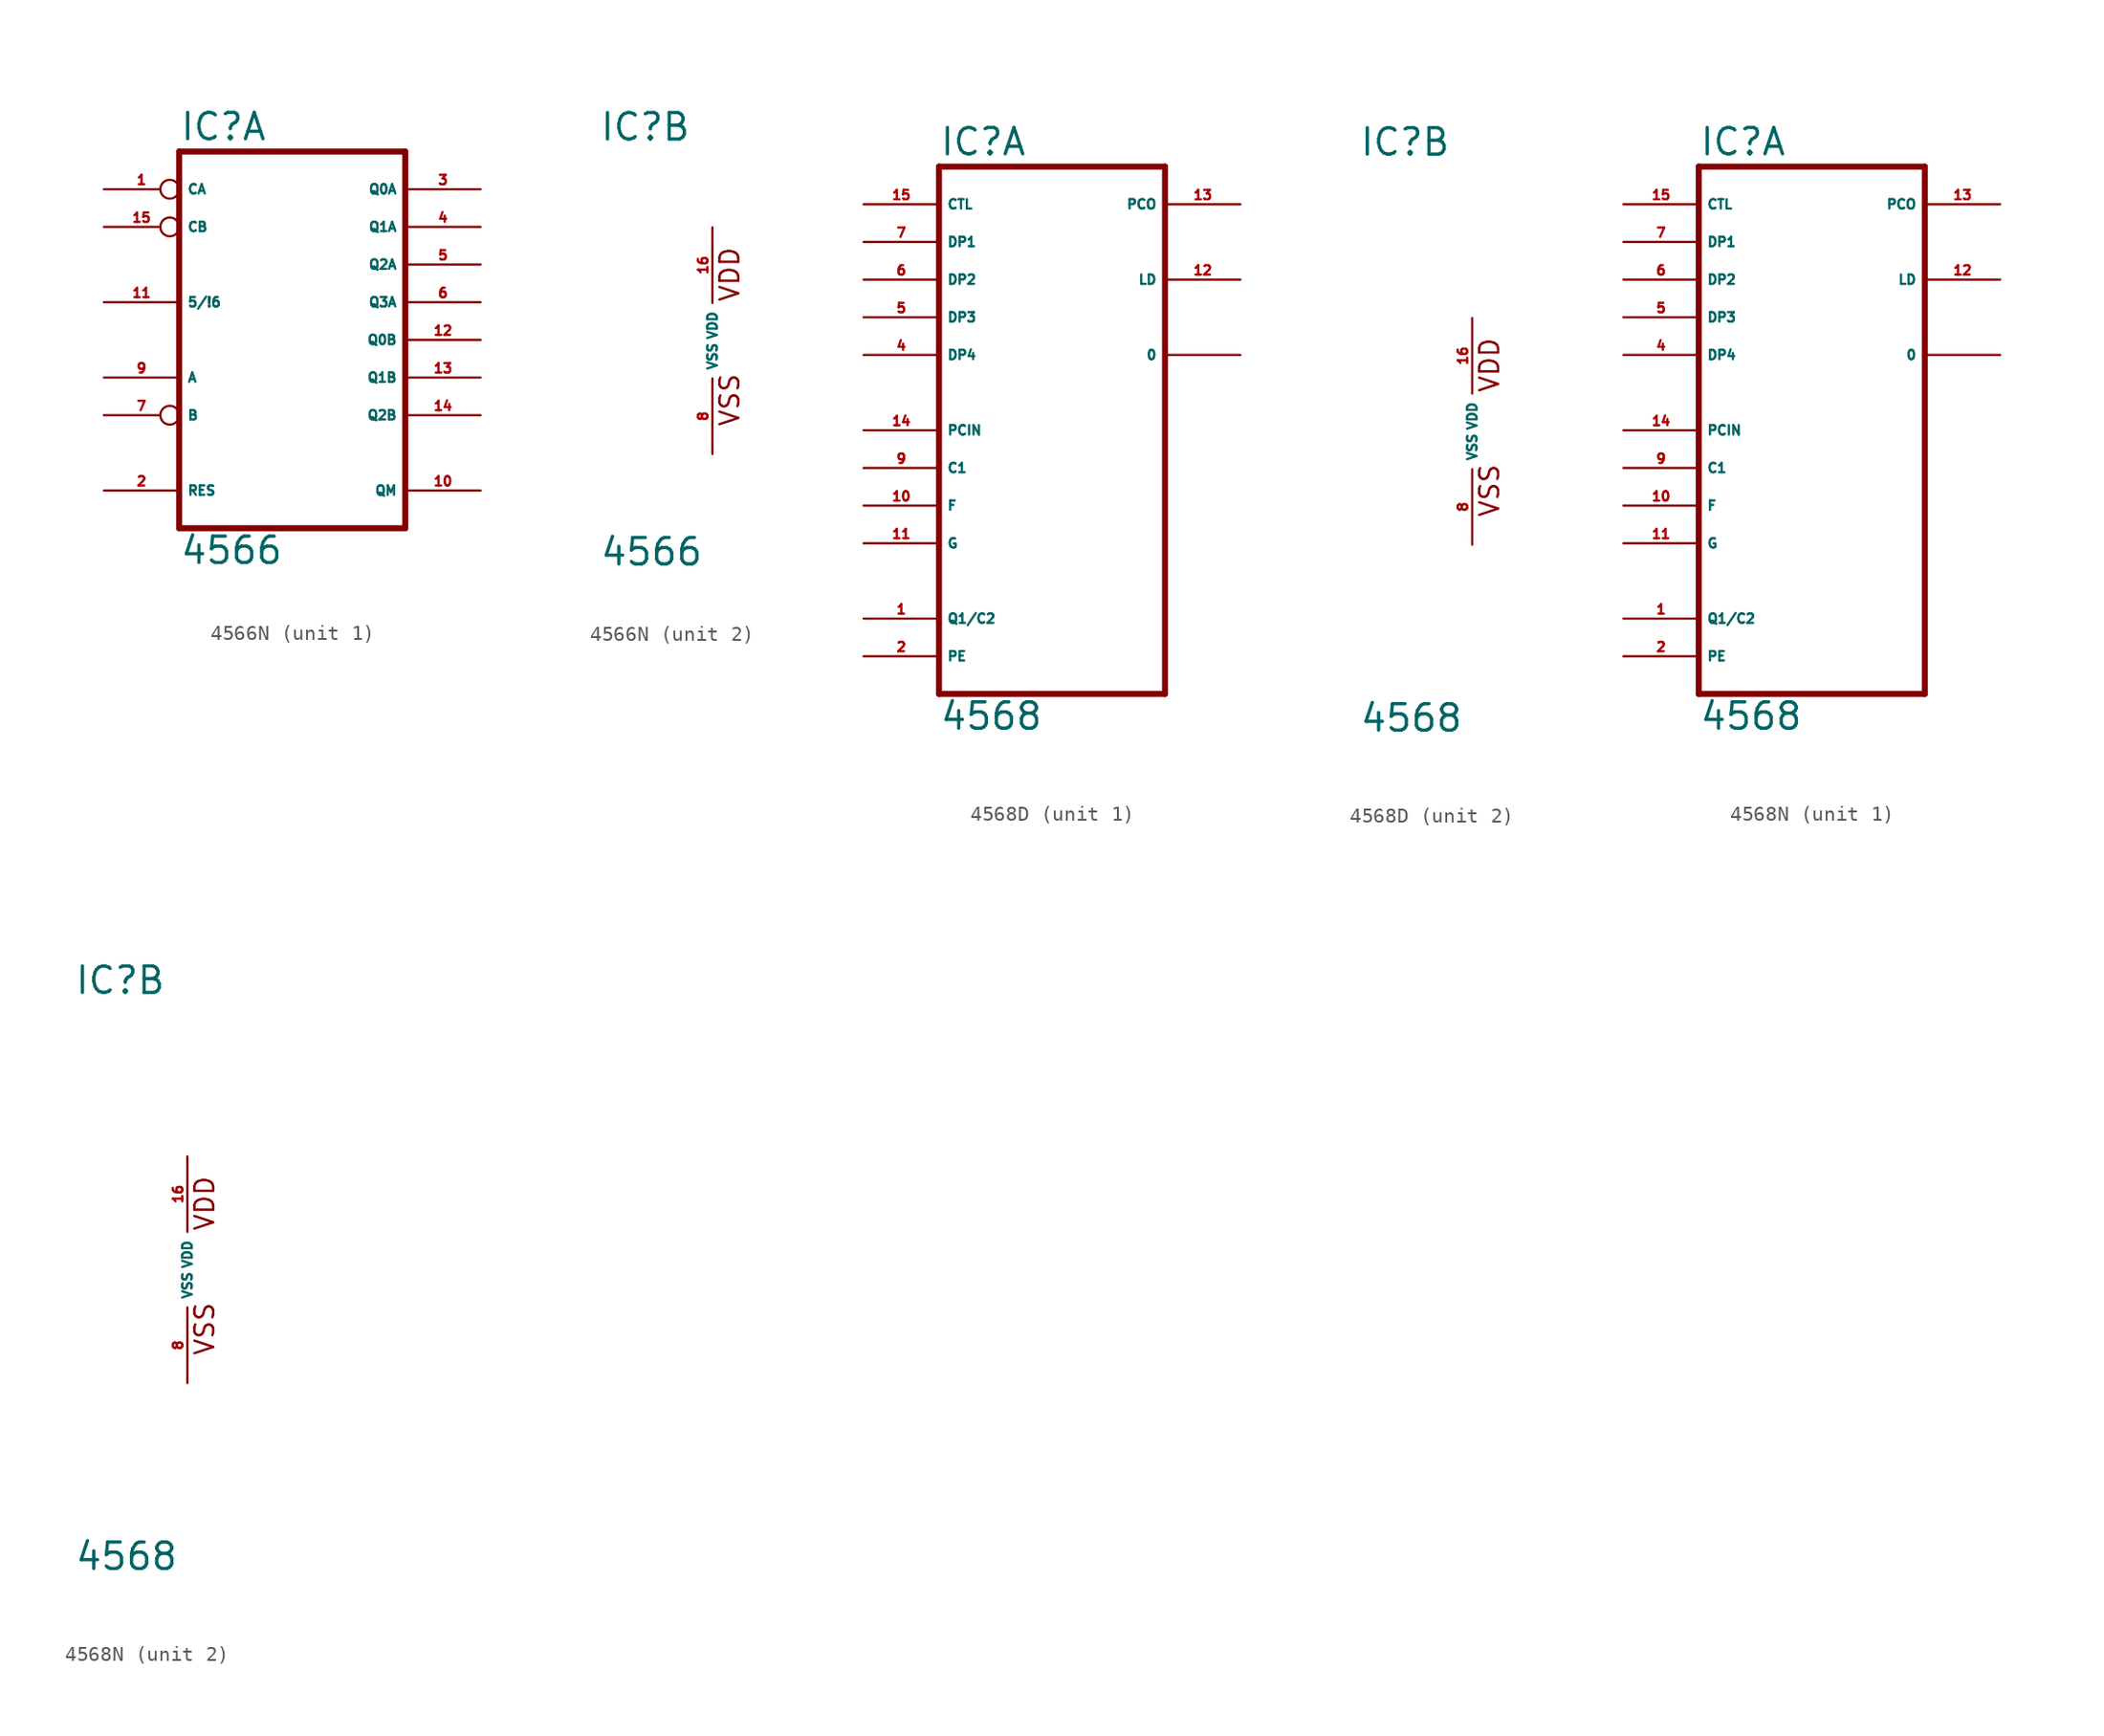
<source format=kicad_sym>
(kicad_symbol_lib
  (version 20220914)
  (generator Eagle2Kicad)
  (symbol "4566N"
    (property "Reference" "IC"
      (at -7.62 13.335 0)
      (effects (font (size 1.778 1.778) (thickness 0.22)) (justify left bottom)))
    (property "Value" "4566"
      (at -7.62 -15.24 0)
      (effects (font (size 1.778 1.778) (thickness 0.22)) (justify left bottom)))
    (symbol "4566N_1_0"
      (polyline (pts (xy -7.62 -12.7) (xy 7.62 -12.7)) (stroke (width 0.406) (type default)) (fill (type none)))
      (polyline (pts (xy 7.62 -12.7) (xy 7.62 12.7)) (stroke (width 0.406) (type default)) (fill (type none)))
      (polyline (pts (xy 7.62 12.7) (xy -7.62 12.7)) (stroke (width 0.406) (type default)) (fill (type none)))
      (polyline (pts (xy -7.62 12.7) (xy -7.62 -12.7)) (stroke (width 0.406) (type default)) (fill (type none)))
      (pin input inverted (at -12.7 10.16 0) (length 5.08) (name "CA" (effects (font (size 0.635 0.635) (thickness 0.08)) (justify left bottom))) (number "1" (effects (font (size 0.635 0.635) (thickness 0.08)) (justify left bottom))))
      (pin input line (at -12.7 -10.16 0) (length 5.08) (name "RES" (effects (font (size 0.635 0.635) (thickness 0.08)) (justify left bottom))) (number "2" (effects (font (size 0.635 0.635) (thickness 0.08)) (justify left bottom))))
      (pin output line (at 12.7 10.16 180) (length 5.08) (name "Q0A" (effects (font (size 0.635 0.635) (thickness 0.08)) (justify left bottom))) (number "3" (effects (font (size 0.635 0.635) (thickness 0.08)) (justify left bottom))))
      (pin output line (at 12.7 7.62 180) (length 5.08) (name "Q1A" (effects (font (size 0.635 0.635) (thickness 0.08)) (justify left bottom))) (number "4" (effects (font (size 0.635 0.635) (thickness 0.08)) (justify left bottom))))
      (pin output line (at 12.7 5.08 180) (length 5.08) (name "Q2A" (effects (font (size 0.635 0.635) (thickness 0.08)) (justify left bottom))) (number "5" (effects (font (size 0.635 0.635) (thickness 0.08)) (justify left bottom))))
      (pin output line (at 12.7 2.54 180) (length 5.08) (name "Q3A" (effects (font (size 0.635 0.635) (thickness 0.08)) (justify left bottom))) (number "6" (effects (font (size 0.635 0.635) (thickness 0.08)) (justify left bottom))))
      (pin input inverted (at -12.7 -5.08 0) (length 5.08) (name "B" (effects (font (size 0.635 0.635) (thickness 0.08)) (justify left bottom))) (number "7" (effects (font (size 0.635 0.635) (thickness 0.08)) (justify left bottom))))
      (pin input line (at -12.7 -2.54 0) (length 5.08) (name "A" (effects (font (size 0.635 0.635) (thickness 0.08)) (justify left bottom))) (number "9" (effects (font (size 0.635 0.635) (thickness 0.08)) (justify left bottom))))
      (pin output line (at 12.7 -10.16 180) (length 5.08) (name "QM" (effects (font (size 0.635 0.635) (thickness 0.08)) (justify left bottom))) (number "10" (effects (font (size 0.635 0.635) (thickness 0.08)) (justify left bottom))))
      (pin input line (at -12.7 2.54 0) (length 5.08) (name "5/!6" (effects (font (size 0.635 0.635) (thickness 0.08)) (justify left bottom))) (number "11" (effects (font (size 0.635 0.635) (thickness 0.08)) (justify left bottom))))
      (pin output line (at 12.7 0 180) (length 5.08) (name "Q0B" (effects (font (size 0.635 0.635) (thickness 0.08)) (justify left bottom))) (number "12" (effects (font (size 0.635 0.635) (thickness 0.08)) (justify left bottom))))
      (pin output line (at 12.7 -2.54 180) (length 5.08) (name "Q1B" (effects (font (size 0.635 0.635) (thickness 0.08)) (justify left bottom))) (number "13" (effects (font (size 0.635 0.635) (thickness 0.08)) (justify left bottom))))
      (pin output line (at 12.7 -5.08 180) (length 5.08) (name "Q2B" (effects (font (size 0.635 0.635) (thickness 0.08)) (justify left bottom))) (number "14" (effects (font (size 0.635 0.635) (thickness 0.08)) (justify left bottom))))
      (pin input inverted (at -12.7 7.62 0) (length 5.08) (name "CB" (effects (font (size 0.635 0.635) (thickness 0.08)) (justify left bottom))) (number "15" (effects (font (size 0.635 0.635) (thickness 0.08)) (justify left bottom)))))
    (symbol "4566N_2_0"
      (text "VDD" (at 1.905 2.54 900) (effects (font (size 1.27 1.27) (thickness 0.16)) (justify left bottom)))
      (text "VSS" (at 1.905 -5.842 900) (effects (font (size 1.27 1.27) (thickness 0.16)) (justify left bottom)))
      (pin unspecified line (at 0 -7.62 90) (length 5.08) (name "VSS" (effects (font (size 0.635 0.635) (thickness 0.08)) (justify left bottom))) (number "8" (effects (font (size 0.635 0.635) (thickness 0.08)) (justify left bottom))))
      (pin unspecified line (at 0 7.62 270) (length 5.08) (name "VDD" (effects (font (size 0.635 0.635) (thickness 0.08)) (justify left bottom))) (number "16" (effects (font (size 0.635 0.635) (thickness 0.08)) (justify left bottom))))))
  (symbol "4568D"
    (property "Reference" "IC"
      (at -7.62 18.415 0)
      (effects (font (size 1.778 1.778) (thickness 0.22)) (justify left bottom)))
    (property "Value" "4568"
      (at -7.62 -20.32 0)
      (effects (font (size 1.778 1.778) (thickness 0.22)) (justify left bottom)))
    (symbol "4568D_1_0"
      (polyline (pts (xy -7.62 -17.78) (xy 7.62 -17.78)) (stroke (width 0.406) (type default)) (fill (type none)))
      (polyline (pts (xy 7.62 -17.78) (xy 7.62 17.78)) (stroke (width 0.406) (type default)) (fill (type none)))
      (polyline (pts (xy 7.62 17.78) (xy -7.62 17.78)) (stroke (width 0.406) (type default)) (fill (type none)))
      (polyline (pts (xy -7.62 17.78) (xy -7.62 -17.78)) (stroke (width 0.406) (type default)) (fill (type none)))
      (pin bidirectional line (at -12.7 -12.7 0) (length 5.08) (name "Q1/C2" (effects (font (size 0.635 0.635) (thickness 0.08)) (justify left bottom))) (number "1" (effects (font (size 0.635 0.635) (thickness 0.08)) (justify left bottom))))
      (pin input line (at -12.7 -15.24 0) (length 5.08) (name "PE" (effects (font (size 0.635 0.635) (thickness 0.08)) (justify left bottom))) (number "2" (effects (font (size 0.635 0.635) (thickness 0.08)) (justify left bottom))))
      (pin output line (at 12.7 5.08 180) (length 5.08) (name "0" (effects (font (size 0.635 0.635) (thickness 0.08)) (justify left bottom))) (number "" (effects (font (size 0.635 0.635) (thickness 0.08)) (justify left bottom))))
      (pin input line (at -12.7 5.08 0) (length 5.08) (name "DP4" (effects (font (size 0.635 0.635) (thickness 0.08)) (justify left bottom))) (number "4" (effects (font (size 0.635 0.635) (thickness 0.08)) (justify left bottom))))
      (pin input line (at -12.7 7.62 0) (length 5.08) (name "DP3" (effects (font (size 0.635 0.635) (thickness 0.08)) (justify left bottom))) (number "5" (effects (font (size 0.635 0.635) (thickness 0.08)) (justify left bottom))))
      (pin input line (at -12.7 10.16 0) (length 5.08) (name "DP2" (effects (font (size 0.635 0.635) (thickness 0.08)) (justify left bottom))) (number "6" (effects (font (size 0.635 0.635) (thickness 0.08)) (justify left bottom))))
      (pin input line (at -12.7 12.7 0) (length 5.08) (name "DP1" (effects (font (size 0.635 0.635) (thickness 0.08)) (justify left bottom))) (number "7" (effects (font (size 0.635 0.635) (thickness 0.08)) (justify left bottom))))
      (pin input line (at -12.7 -2.54 0) (length 5.08) (name "C1" (effects (font (size 0.635 0.635) (thickness 0.08)) (justify left bottom))) (number "9" (effects (font (size 0.635 0.635) (thickness 0.08)) (justify left bottom))))
      (pin input line (at -12.7 -5.08 0) (length 5.08) (name "F" (effects (font (size 0.635 0.635) (thickness 0.08)) (justify left bottom))) (number "10" (effects (font (size 0.635 0.635) (thickness 0.08)) (justify left bottom))))
      (pin input line (at -12.7 -7.62 0) (length 5.08) (name "G" (effects (font (size 0.635 0.635) (thickness 0.08)) (justify left bottom))) (number "11" (effects (font (size 0.635 0.635) (thickness 0.08)) (justify left bottom))))
      (pin output line (at 12.7 10.16 180) (length 5.08) (name "LD" (effects (font (size 0.635 0.635) (thickness 0.08)) (justify left bottom))) (number "12" (effects (font (size 0.635 0.635) (thickness 0.08)) (justify left bottom))))
      (pin output line (at 12.7 15.24 180) (length 5.08) (name "PCO" (effects (font (size 0.635 0.635) (thickness 0.08)) (justify left bottom))) (number "13" (effects (font (size 0.635 0.635) (thickness 0.08)) (justify left bottom))))
      (pin input line (at -12.7 0 0) (length 5.08) (name "PCIN" (effects (font (size 0.635 0.635) (thickness 0.08)) (justify left bottom))) (number "14" (effects (font (size 0.635 0.635) (thickness 0.08)) (justify left bottom))))
      (pin input line (at -12.7 15.24 0) (length 5.08) (name "CTL" (effects (font (size 0.635 0.635) (thickness 0.08)) (justify left bottom))) (number "15" (effects (font (size 0.635 0.635) (thickness 0.08)) (justify left bottom)))))
    (symbol "4568D_2_0"
      (text "VDD" (at 1.905 2.54 900) (effects (font (size 1.27 1.27) (thickness 0.16)) (justify left bottom)))
      (text "VSS" (at 1.905 -5.842 900) (effects (font (size 1.27 1.27) (thickness 0.16)) (justify left bottom)))
      (pin unspecified line (at 0 -7.62 90) (length 5.08) (name "VSS" (effects (font (size 0.635 0.635) (thickness 0.08)) (justify left bottom))) (number "8" (effects (font (size 0.635 0.635) (thickness 0.08)) (justify left bottom))))
      (pin unspecified line (at 0 7.62 270) (length 5.08) (name "VDD" (effects (font (size 0.635 0.635) (thickness 0.08)) (justify left bottom))) (number "16" (effects (font (size 0.635 0.635) (thickness 0.08)) (justify left bottom))))))
  (symbol "4568N"
    (property "Reference" "IC"
      (at -7.62 18.415 0)
      (effects (font (size 1.778 1.778) (thickness 0.22)) (justify left bottom)))
    (property "Value" "4568"
      (at -7.62 -20.32 0)
      (effects (font (size 1.778 1.778) (thickness 0.22)) (justify left bottom)))
    (symbol "4568N_1_0"
      (polyline (pts (xy -7.62 -17.78) (xy 7.62 -17.78)) (stroke (width 0.406) (type default)) (fill (type none)))
      (polyline (pts (xy 7.62 -17.78) (xy 7.62 17.78)) (stroke (width 0.406) (type default)) (fill (type none)))
      (polyline (pts (xy 7.62 17.78) (xy -7.62 17.78)) (stroke (width 0.406) (type default)) (fill (type none)))
      (polyline (pts (xy -7.62 17.78) (xy -7.62 -17.78)) (stroke (width 0.406) (type default)) (fill (type none)))
      (pin bidirectional line (at -12.7 -12.7 0) (length 5.08) (name "Q1/C2" (effects (font (size 0.635 0.635) (thickness 0.08)) (justify left bottom))) (number "1" (effects (font (size 0.635 0.635) (thickness 0.08)) (justify left bottom))))
      (pin input line (at -12.7 -15.24 0) (length 5.08) (name "PE" (effects (font (size 0.635 0.635) (thickness 0.08)) (justify left bottom))) (number "2" (effects (font (size 0.635 0.635) (thickness 0.08)) (justify left bottom))))
      (pin output line (at 12.7 5.08 180) (length 5.08) (name "0" (effects (font (size 0.635 0.635) (thickness 0.08)) (justify left bottom))) (number "" (effects (font (size 0.635 0.635) (thickness 0.08)) (justify left bottom))))
      (pin input line (at -12.7 5.08 0) (length 5.08) (name "DP4" (effects (font (size 0.635 0.635) (thickness 0.08)) (justify left bottom))) (number "4" (effects (font (size 0.635 0.635) (thickness 0.08)) (justify left bottom))))
      (pin input line (at -12.7 7.62 0) (length 5.08) (name "DP3" (effects (font (size 0.635 0.635) (thickness 0.08)) (justify left bottom))) (number "5" (effects (font (size 0.635 0.635) (thickness 0.08)) (justify left bottom))))
      (pin input line (at -12.7 10.16 0) (length 5.08) (name "DP2" (effects (font (size 0.635 0.635) (thickness 0.08)) (justify left bottom))) (number "6" (effects (font (size 0.635 0.635) (thickness 0.08)) (justify left bottom))))
      (pin input line (at -12.7 12.7 0) (length 5.08) (name "DP1" (effects (font (size 0.635 0.635) (thickness 0.08)) (justify left bottom))) (number "7" (effects (font (size 0.635 0.635) (thickness 0.08)) (justify left bottom))))
      (pin input line (at -12.7 -2.54 0) (length 5.08) (name "C1" (effects (font (size 0.635 0.635) (thickness 0.08)) (justify left bottom))) (number "9" (effects (font (size 0.635 0.635) (thickness 0.08)) (justify left bottom))))
      (pin input line (at -12.7 -5.08 0) (length 5.08) (name "F" (effects (font (size 0.635 0.635) (thickness 0.08)) (justify left bottom))) (number "10" (effects (font (size 0.635 0.635) (thickness 0.08)) (justify left bottom))))
      (pin input line (at -12.7 -7.62 0) (length 5.08) (name "G" (effects (font (size 0.635 0.635) (thickness 0.08)) (justify left bottom))) (number "11" (effects (font (size 0.635 0.635) (thickness 0.08)) (justify left bottom))))
      (pin output line (at 12.7 10.16 180) (length 5.08) (name "LD" (effects (font (size 0.635 0.635) (thickness 0.08)) (justify left bottom))) (number "12" (effects (font (size 0.635 0.635) (thickness 0.08)) (justify left bottom))))
      (pin output line (at 12.7 15.24 180) (length 5.08) (name "PCO" (effects (font (size 0.635 0.635) (thickness 0.08)) (justify left bottom))) (number "13" (effects (font (size 0.635 0.635) (thickness 0.08)) (justify left bottom))))
      (pin input line (at -12.7 0 0) (length 5.08) (name "PCIN" (effects (font (size 0.635 0.635) (thickness 0.08)) (justify left bottom))) (number "14" (effects (font (size 0.635 0.635) (thickness 0.08)) (justify left bottom))))
      (pin input line (at -12.7 15.24 0) (length 5.08) (name "CTL" (effects (font (size 0.635 0.635) (thickness 0.08)) (justify left bottom))) (number "15" (effects (font (size 0.635 0.635) (thickness 0.08)) (justify left bottom)))))
    (symbol "4568N_2_0"
      (text "VDD" (at 1.905 2.54 900) (effects (font (size 1.27 1.27) (thickness 0.16)) (justify left bottom)))
      (text "VSS" (at 1.905 -5.842 900) (effects (font (size 1.27 1.27) (thickness 0.16)) (justify left bottom)))
      (pin unspecified line (at 0 -7.62 90) (length 5.08) (name "VSS" (effects (font (size 0.635 0.635) (thickness 0.08)) (justify left bottom))) (number "8" (effects (font (size 0.635 0.635) (thickness 0.08)) (justify left bottom))))
      (pin unspecified line (at 0 7.62 270) (length 5.08) (name "VDD" (effects (font (size 0.635 0.635) (thickness 0.08)) (justify left bottom))) (number "16" (effects (font (size 0.635 0.635) (thickness 0.08)) (justify left bottom)))))))
</source>
